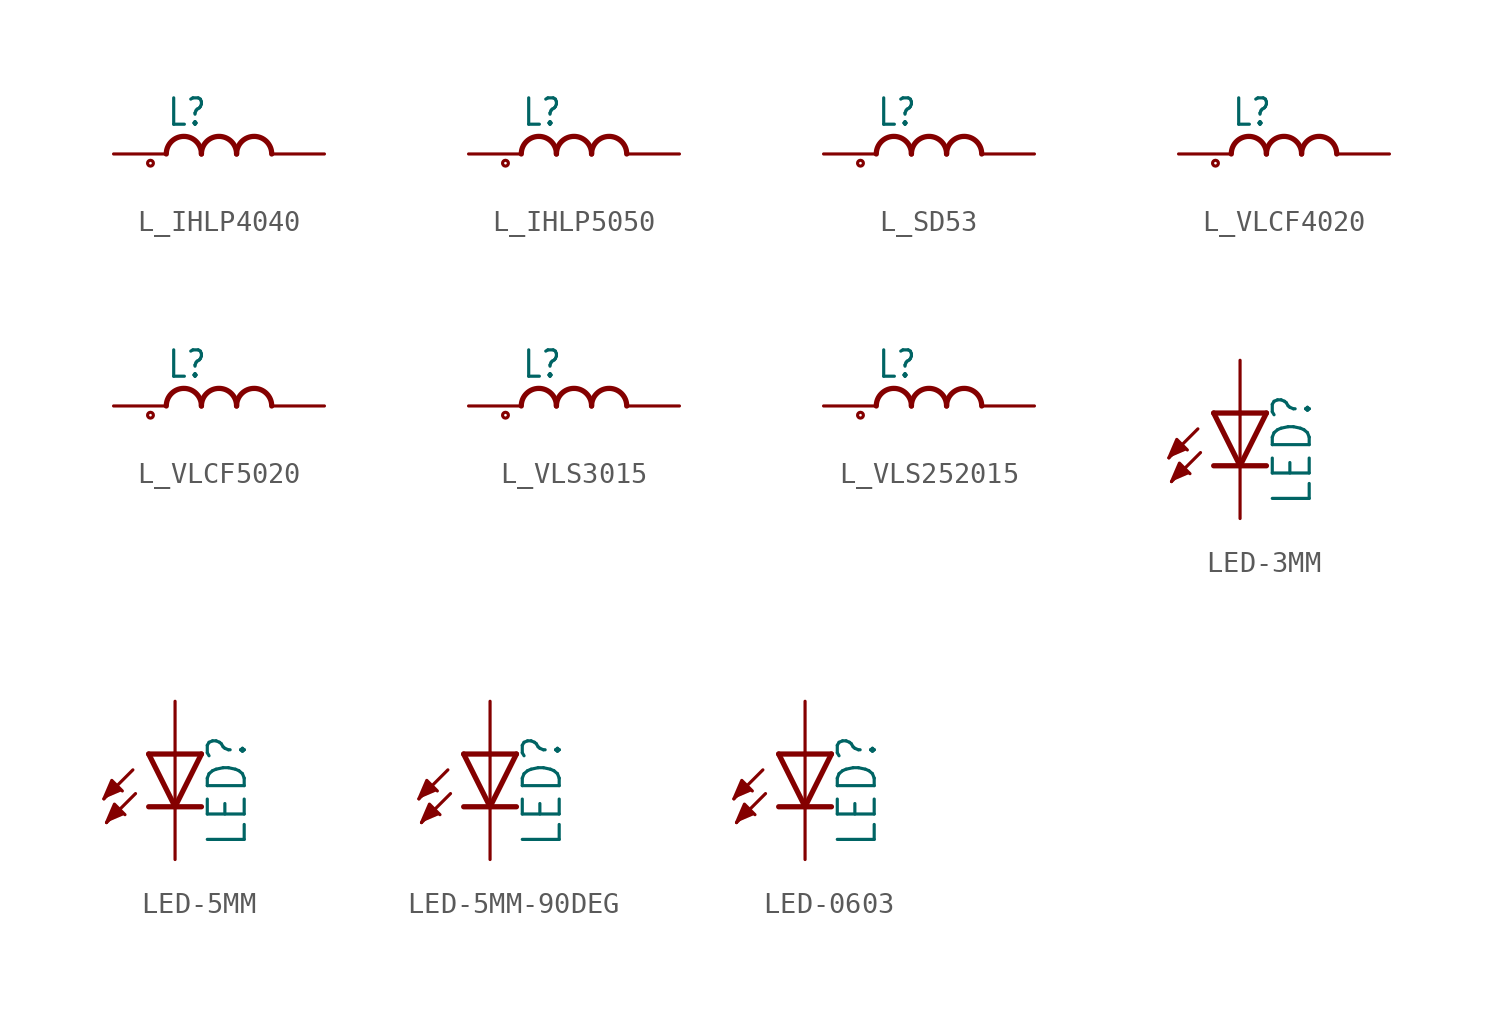
<source format=kicad_sym>
(kicad_symbol_lib
  (version 20220914)
  (generator kicad_symbol_editor)
  (symbol "L_IHLP4040"
    (property "Reference" "L"
      (at -2.54 1.27 0)
      (effects (font (size 1.27 1.079)) (justify left bottom)))
    (property "Value" ""
      (at -2.54 -1.778 0)
      (effects (font (size 1.27 1.079)) (justify left bottom)))
    (property "ki_locked" ""
      (at 0 0 0)
      (effects (font (size 1.27 1.27))))
    (symbol "L_IHLP4040_1_0"
      (circle (center -3.302 -0.445) (radius 0.064) (stroke (width 0) (type solid)) (fill (type none)))
      (arc (start -0.8468 0) (mid -1.6934 0.8466) (end -2.54 0) (stroke (width 0.254) (type solid)) (fill (type none)))
      (arc (start 0.8467 0) (mid 0 0.8467) (end -0.8467 0) (stroke (width 0.254) (type solid)) (fill (type none)))
      (arc (start 2.54 0) (mid 1.6934 0.8466) (end 0.8468 0) (stroke (width 0.254) (type solid)) (fill (type none)))
      (pin passive line (at -5.08 0 0) (length 2.54) (name "1" (effects (font (size 0 0)))) (number "1" (effects (font (size 0 0)))))
      (pin passive line (at 5.08 0 180) (length 2.54) (name "2" (effects (font (size 0 0)))) (number "2" (effects (font (size 0 0)))))))
  (symbol "L_IHLP5050"
    (property "Reference" "L"
      (at -2.54 1.27 0)
      (effects (font (size 1.27 1.079)) (justify left bottom)))
    (property "Value" ""
      (at -2.54 -1.778 0)
      (effects (font (size 1.27 1.079)) (justify left bottom)))
    (property "ki_locked" ""
      (at 0 0 0)
      (effects (font (size 1.27 1.27))))
    (symbol "L_IHLP5050_1_0"
      (circle (center -3.302 -0.445) (radius 0.064) (stroke (width 0) (type solid)) (fill (type none)))
      (arc (start -0.8468 0) (mid -1.6934 0.8466) (end -2.54 0) (stroke (width 0.254) (type solid)) (fill (type none)))
      (arc (start 0.8467 0) (mid 0 0.8467) (end -0.8467 0) (stroke (width 0.254) (type solid)) (fill (type none)))
      (arc (start 2.54 0) (mid 1.6934 0.8466) (end 0.8468 0) (stroke (width 0.254) (type solid)) (fill (type none)))
      (pin passive line (at -5.08 0 0) (length 2.54) (name "1" (effects (font (size 0 0)))) (number "1" (effects (font (size 0 0)))))
      (pin passive line (at 5.08 0 180) (length 2.54) (name "2" (effects (font (size 0 0)))) (number "2" (effects (font (size 0 0)))))))
  (symbol "L_SD53"
    (property "Reference" "L"
      (at -2.54 1.27 0)
      (effects (font (size 1.27 1.079)) (justify left bottom)))
    (property "Value" ""
      (at -2.54 -1.778 0)
      (effects (font (size 1.27 1.079)) (justify left bottom)))
    (property "ki_locked" ""
      (at 0 0 0)
      (effects (font (size 1.27 1.27))))
    (symbol "L_SD53_1_0"
      (circle (center -3.302 -0.445) (radius 0.064) (stroke (width 0) (type solid)) (fill (type none)))
      (arc (start -0.8468 0) (mid -1.6934 0.8466) (end -2.54 0) (stroke (width 0.254) (type solid)) (fill (type none)))
      (arc (start 0.8467 0) (mid 0 0.8467) (end -0.8467 0) (stroke (width 0.254) (type solid)) (fill (type none)))
      (arc (start 2.54 0) (mid 1.6934 0.8466) (end 0.8468 0) (stroke (width 0.254) (type solid)) (fill (type none)))
      (pin passive line (at -5.08 0 0) (length 2.54) (name "1" (effects (font (size 0 0)))) (number "1" (effects (font (size 0 0)))))
      (pin passive line (at 5.08 0 180) (length 2.54) (name "2" (effects (font (size 0 0)))) (number "2" (effects (font (size 0 0)))))))
  (symbol "L_VLCF4020"
    (property "Reference" "L"
      (at -2.54 1.27 0)
      (effects (font (size 1.27 1.079)) (justify left bottom)))
    (property "Value" ""
      (at -2.54 -1.778 0)
      (effects (font (size 1.27 1.079)) (justify left bottom)))
    (property "ki_locked" ""
      (at 0 0 0)
      (effects (font (size 1.27 1.27))))
    (symbol "L_VLCF4020_1_0"
      (circle (center -3.302 -0.445) (radius 0.064) (stroke (width 0) (type solid)) (fill (type none)))
      (arc (start -0.8468 0) (mid -1.6934 0.8466) (end -2.54 0) (stroke (width 0.254) (type solid)) (fill (type none)))
      (arc (start 0.8467 0) (mid 0 0.8467) (end -0.8467 0) (stroke (width 0.254) (type solid)) (fill (type none)))
      (arc (start 2.54 0) (mid 1.6934 0.8466) (end 0.8468 0) (stroke (width 0.254) (type solid)) (fill (type none)))
      (pin passive line (at -5.08 0 0) (length 2.54) (name "1" (effects (font (size 0 0)))) (number "1" (effects (font (size 0 0)))))
      (pin passive line (at 5.08 0 180) (length 2.54) (name "2" (effects (font (size 0 0)))) (number "2" (effects (font (size 0 0)))))))
  (symbol "L_VLCF5020"
    (property "Reference" "L"
      (at -2.54 1.27 0)
      (effects (font (size 1.27 1.079)) (justify left bottom)))
    (property "Value" ""
      (at -2.54 -1.778 0)
      (effects (font (size 1.27 1.079)) (justify left bottom)))
    (property "ki_locked" ""
      (at 0 0 0)
      (effects (font (size 1.27 1.27))))
    (symbol "L_VLCF5020_1_0"
      (circle (center -3.302 -0.445) (radius 0.064) (stroke (width 0) (type solid)) (fill (type none)))
      (arc (start -0.8468 0) (mid -1.6934 0.8466) (end -2.54 0) (stroke (width 0.254) (type solid)) (fill (type none)))
      (arc (start 0.8467 0) (mid 0 0.8467) (end -0.8467 0) (stroke (width 0.254) (type solid)) (fill (type none)))
      (arc (start 2.54 0) (mid 1.6934 0.8466) (end 0.8468 0) (stroke (width 0.254) (type solid)) (fill (type none)))
      (pin passive line (at -5.08 0 0) (length 2.54) (name "1" (effects (font (size 0 0)))) (number "1" (effects (font (size 0 0)))))
      (pin passive line (at 5.08 0 180) (length 2.54) (name "2" (effects (font (size 0 0)))) (number "2" (effects (font (size 0 0)))))))
  (symbol "L_VLS3015"
    (property "Reference" "L"
      (at -2.54 1.27 0)
      (effects (font (size 1.27 1.079)) (justify left bottom)))
    (property "Value" ""
      (at -2.54 -1.778 0)
      (effects (font (size 1.27 1.079)) (justify left bottom)))
    (property "ki_locked" ""
      (at 0 0 0)
      (effects (font (size 1.27 1.27))))
    (symbol "L_VLS3015_1_0"
      (circle (center -3.302 -0.445) (radius 0.064) (stroke (width 0) (type solid)) (fill (type none)))
      (arc (start -0.8468 0) (mid -1.6934 0.8466) (end -2.54 0) (stroke (width 0.254) (type solid)) (fill (type none)))
      (arc (start 0.8467 0) (mid 0 0.8467) (end -0.8467 0) (stroke (width 0.254) (type solid)) (fill (type none)))
      (arc (start 2.54 0) (mid 1.6934 0.8466) (end 0.8468 0) (stroke (width 0.254) (type solid)) (fill (type none)))
      (pin passive line (at -5.08 0 0) (length 2.54) (name "1" (effects (font (size 0 0)))) (number "1" (effects (font (size 0 0)))))
      (pin passive line (at 5.08 0 180) (length 2.54) (name "2" (effects (font (size 0 0)))) (number "2" (effects (font (size 0 0)))))))
  (symbol "L_VLS252015"
    (property "Reference" "L"
      (at -2.54 1.27 0)
      (effects (font (size 1.27 1.079)) (justify left bottom)))
    (property "Value" ""
      (at -2.54 -1.778 0)
      (effects (font (size 1.27 1.079)) (justify left bottom)))
    (property "ki_locked" ""
      (at 0 0 0)
      (effects (font (size 1.27 1.27))))
    (symbol "L_VLS252015_1_0"
      (circle (center -3.302 -0.445) (radius 0.064) (stroke (width 0) (type solid)) (fill (type none)))
      (arc (start -0.8468 0) (mid -1.6934 0.8466) (end -2.54 0) (stroke (width 0.254) (type solid)) (fill (type none)))
      (arc (start 0.8467 0) (mid 0 0.8467) (end -0.8467 0) (stroke (width 0.254) (type solid)) (fill (type none)))
      (arc (start 2.54 0) (mid 1.6934 0.8466) (end 0.8468 0) (stroke (width 0.254) (type solid)) (fill (type none)))
      (pin passive line (at -5.08 0 0) (length 2.54) (name "1" (effects (font (size 0 0)))) (number "1" (effects (font (size 0 0)))))
      (pin passive line (at 5.08 0 180) (length 2.54) (name "2" (effects (font (size 0 0)))) (number "2" (effects (font (size 0 0)))))))
  (symbol "LED-3MM"
    (property "Reference" "LED"
      (at 3.556 -4.572 90)
      (effects (font (size 1.778 1.511)) (justify left bottom)))
    (property "Value" ""
      (at 5.715 -4.572 90)
      (effects (font (size 1.778 1.511)) (justify left bottom)))
    (property "ki_locked" ""
      (at 0 0 0)
      (effects (font (size 1.27 1.27))))
    (symbol "LED-3MM_1_0"
      (polyline (pts (xy -2.032 -0.762) (xy -3.429 -2.159)) (stroke (width 0.152) (type solid)) (fill (type none)))
      (polyline (pts (xy -1.905 -1.905) (xy -3.302 -3.302)) (stroke (width 0.152) (type solid)) (fill (type none)))
      (polyline (pts (xy 0 -2.54) (xy -1.27 -2.54)) (stroke (width 0.254) (type solid)) (fill (type none)))
      (polyline (pts (xy 0 -2.54) (xy -1.27 0)) (stroke (width 0.254) (type solid)) (fill (type none)))
      (polyline (pts (xy 0 0) (xy -1.27 0)) (stroke (width 0.254) (type solid)) (fill (type none)))
      (polyline (pts (xy 0 0) (xy 0 -2.54)) (stroke (width 0.152) (type solid)) (fill (type none)))
      (polyline (pts (xy 1.27 -2.54) (xy 0 -2.54)) (stroke (width 0.254) (type solid)) (fill (type none)))
      (polyline (pts (xy 1.27 0) (xy 0 -2.54)) (stroke (width 0.254) (type solid)) (fill (type none)))
      (polyline (pts (xy 1.27 0) (xy 0 0)) (stroke (width 0.254) (type solid)) (fill (type none)))
      (polyline (pts (xy -3.429 -2.159) (xy -3.048 -1.27) (xy -2.54 -1.778)) (stroke (width 0.152) (type solid)) (fill (type outline)))
      (polyline (pts (xy -3.302 -3.302) (xy -2.921 -2.413) (xy -2.413 -2.921)) (stroke (width 0.152) (type solid)) (fill (type outline)))
      (pin passive line (at 0 2.54 270) (length 2.54) (name "A" (effects (font (size 0 0)))) (number "A" (effects (font (size 0 0)))))
      (pin passive line (at 0 -5.08 90) (length 2.54) (name "C" (effects (font (size 0 0)))) (number "K" (effects (font (size 0 0)))))))
  (symbol "LED-5MM"
    (property "Reference" "LED"
      (at 3.556 -4.572 90)
      (effects (font (size 1.778 1.511)) (justify left bottom)))
    (property "Value" ""
      (at 5.715 -4.572 90)
      (effects (font (size 1.778 1.511)) (justify left bottom)))
    (property "ki_locked" ""
      (at 0 0 0)
      (effects (font (size 1.27 1.27))))
    (symbol "LED-5MM_1_0"
      (polyline (pts (xy -2.032 -0.762) (xy -3.429 -2.159)) (stroke (width 0.152) (type solid)) (fill (type none)))
      (polyline (pts (xy -1.905 -1.905) (xy -3.302 -3.302)) (stroke (width 0.152) (type solid)) (fill (type none)))
      (polyline (pts (xy 0 -2.54) (xy -1.27 -2.54)) (stroke (width 0.254) (type solid)) (fill (type none)))
      (polyline (pts (xy 0 -2.54) (xy -1.27 0)) (stroke (width 0.254) (type solid)) (fill (type none)))
      (polyline (pts (xy 0 0) (xy -1.27 0)) (stroke (width 0.254) (type solid)) (fill (type none)))
      (polyline (pts (xy 0 0) (xy 0 -2.54)) (stroke (width 0.152) (type solid)) (fill (type none)))
      (polyline (pts (xy 1.27 -2.54) (xy 0 -2.54)) (stroke (width 0.254) (type solid)) (fill (type none)))
      (polyline (pts (xy 1.27 0) (xy 0 -2.54)) (stroke (width 0.254) (type solid)) (fill (type none)))
      (polyline (pts (xy 1.27 0) (xy 0 0)) (stroke (width 0.254) (type solid)) (fill (type none)))
      (polyline (pts (xy -3.429 -2.159) (xy -3.048 -1.27) (xy -2.54 -1.778)) (stroke (width 0.152) (type solid)) (fill (type outline)))
      (polyline (pts (xy -3.302 -3.302) (xy -2.921 -2.413) (xy -2.413 -2.921)) (stroke (width 0.152) (type solid)) (fill (type outline)))
      (pin passive line (at 0 2.54 270) (length 2.54) (name "A" (effects (font (size 0 0)))) (number "A" (effects (font (size 0 0)))))
      (pin passive line (at 0 -5.08 90) (length 2.54) (name "C" (effects (font (size 0 0)))) (number "K" (effects (font (size 0 0)))))))
  (symbol "LED-5MM-90DEG"
    (property "Reference" "LED"
      (at 3.556 -4.572 90)
      (effects (font (size 1.778 1.511)) (justify left bottom)))
    (property "Value" ""
      (at 5.715 -4.572 90)
      (effects (font (size 1.778 1.511)) (justify left bottom)))
    (property "ki_locked" ""
      (at 0 0 0)
      (effects (font (size 1.27 1.27))))
    (symbol "LED-5MM-90DEG_1_0"
      (polyline (pts (xy -2.032 -0.762) (xy -3.429 -2.159)) (stroke (width 0.152) (type solid)) (fill (type none)))
      (polyline (pts (xy -1.905 -1.905) (xy -3.302 -3.302)) (stroke (width 0.152) (type solid)) (fill (type none)))
      (polyline (pts (xy 0 -2.54) (xy -1.27 -2.54)) (stroke (width 0.254) (type solid)) (fill (type none)))
      (polyline (pts (xy 0 -2.54) (xy -1.27 0)) (stroke (width 0.254) (type solid)) (fill (type none)))
      (polyline (pts (xy 0 0) (xy -1.27 0)) (stroke (width 0.254) (type solid)) (fill (type none)))
      (polyline (pts (xy 0 0) (xy 0 -2.54)) (stroke (width 0.152) (type solid)) (fill (type none)))
      (polyline (pts (xy 1.27 -2.54) (xy 0 -2.54)) (stroke (width 0.254) (type solid)) (fill (type none)))
      (polyline (pts (xy 1.27 0) (xy 0 -2.54)) (stroke (width 0.254) (type solid)) (fill (type none)))
      (polyline (pts (xy 1.27 0) (xy 0 0)) (stroke (width 0.254) (type solid)) (fill (type none)))
      (polyline (pts (xy -3.429 -2.159) (xy -3.048 -1.27) (xy -2.54 -1.778)) (stroke (width 0.152) (type solid)) (fill (type outline)))
      (polyline (pts (xy -3.302 -3.302) (xy -2.921 -2.413) (xy -2.413 -2.921)) (stroke (width 0.152) (type solid)) (fill (type outline)))
      (pin passive line (at 0 2.54 270) (length 2.54) (name "A" (effects (font (size 0 0)))) (number "A" (effects (font (size 0 0)))))
      (pin passive line (at 0 -5.08 90) (length 2.54) (name "C" (effects (font (size 0 0)))) (number "K" (effects (font (size 0 0)))))))
  (symbol "LED-0603"
    (property "Reference" "LED"
      (at 3.556 -4.572 90)
      (effects (font (size 1.778 1.511)) (justify left bottom)))
    (property "Value" ""
      (at 5.715 -4.572 90)
      (effects (font (size 1.778 1.511)) (justify left bottom)))
    (property "ki_locked" ""
      (at 0 0 0)
      (effects (font (size 1.27 1.27))))
    (symbol "LED-0603_1_0"
      (polyline (pts (xy -2.032 -0.762) (xy -3.429 -2.159)) (stroke (width 0.152) (type solid)) (fill (type none)))
      (polyline (pts (xy -1.905 -1.905) (xy -3.302 -3.302)) (stroke (width 0.152) (type solid)) (fill (type none)))
      (polyline (pts (xy 0 -2.54) (xy -1.27 -2.54)) (stroke (width 0.254) (type solid)) (fill (type none)))
      (polyline (pts (xy 0 -2.54) (xy -1.27 0)) (stroke (width 0.254) (type solid)) (fill (type none)))
      (polyline (pts (xy 0 0) (xy -1.27 0)) (stroke (width 0.254) (type solid)) (fill (type none)))
      (polyline (pts (xy 0 0) (xy 0 -2.54)) (stroke (width 0.152) (type solid)) (fill (type none)))
      (polyline (pts (xy 1.27 -2.54) (xy 0 -2.54)) (stroke (width 0.254) (type solid)) (fill (type none)))
      (polyline (pts (xy 1.27 0) (xy 0 -2.54)) (stroke (width 0.254) (type solid)) (fill (type none)))
      (polyline (pts (xy 1.27 0) (xy 0 0)) (stroke (width 0.254) (type solid)) (fill (type none)))
      (polyline (pts (xy -3.429 -2.159) (xy -3.048 -1.27) (xy -2.54 -1.778)) (stroke (width 0.152) (type solid)) (fill (type outline)))
      (polyline (pts (xy -3.302 -3.302) (xy -2.921 -2.413) (xy -2.413 -2.921)) (stroke (width 0.152) (type solid)) (fill (type outline)))
      (pin passive line (at 0 2.54 270) (length 2.54) (name "A" (effects (font (size 0 0)))) (number "A" (effects (font (size 0 0)))))
      (pin passive line (at 0 -5.08 90) (length 2.54) (name "C" (effects (font (size 0 0)))) (number "C" (effects (font (size 0 0))))))))
</source>
